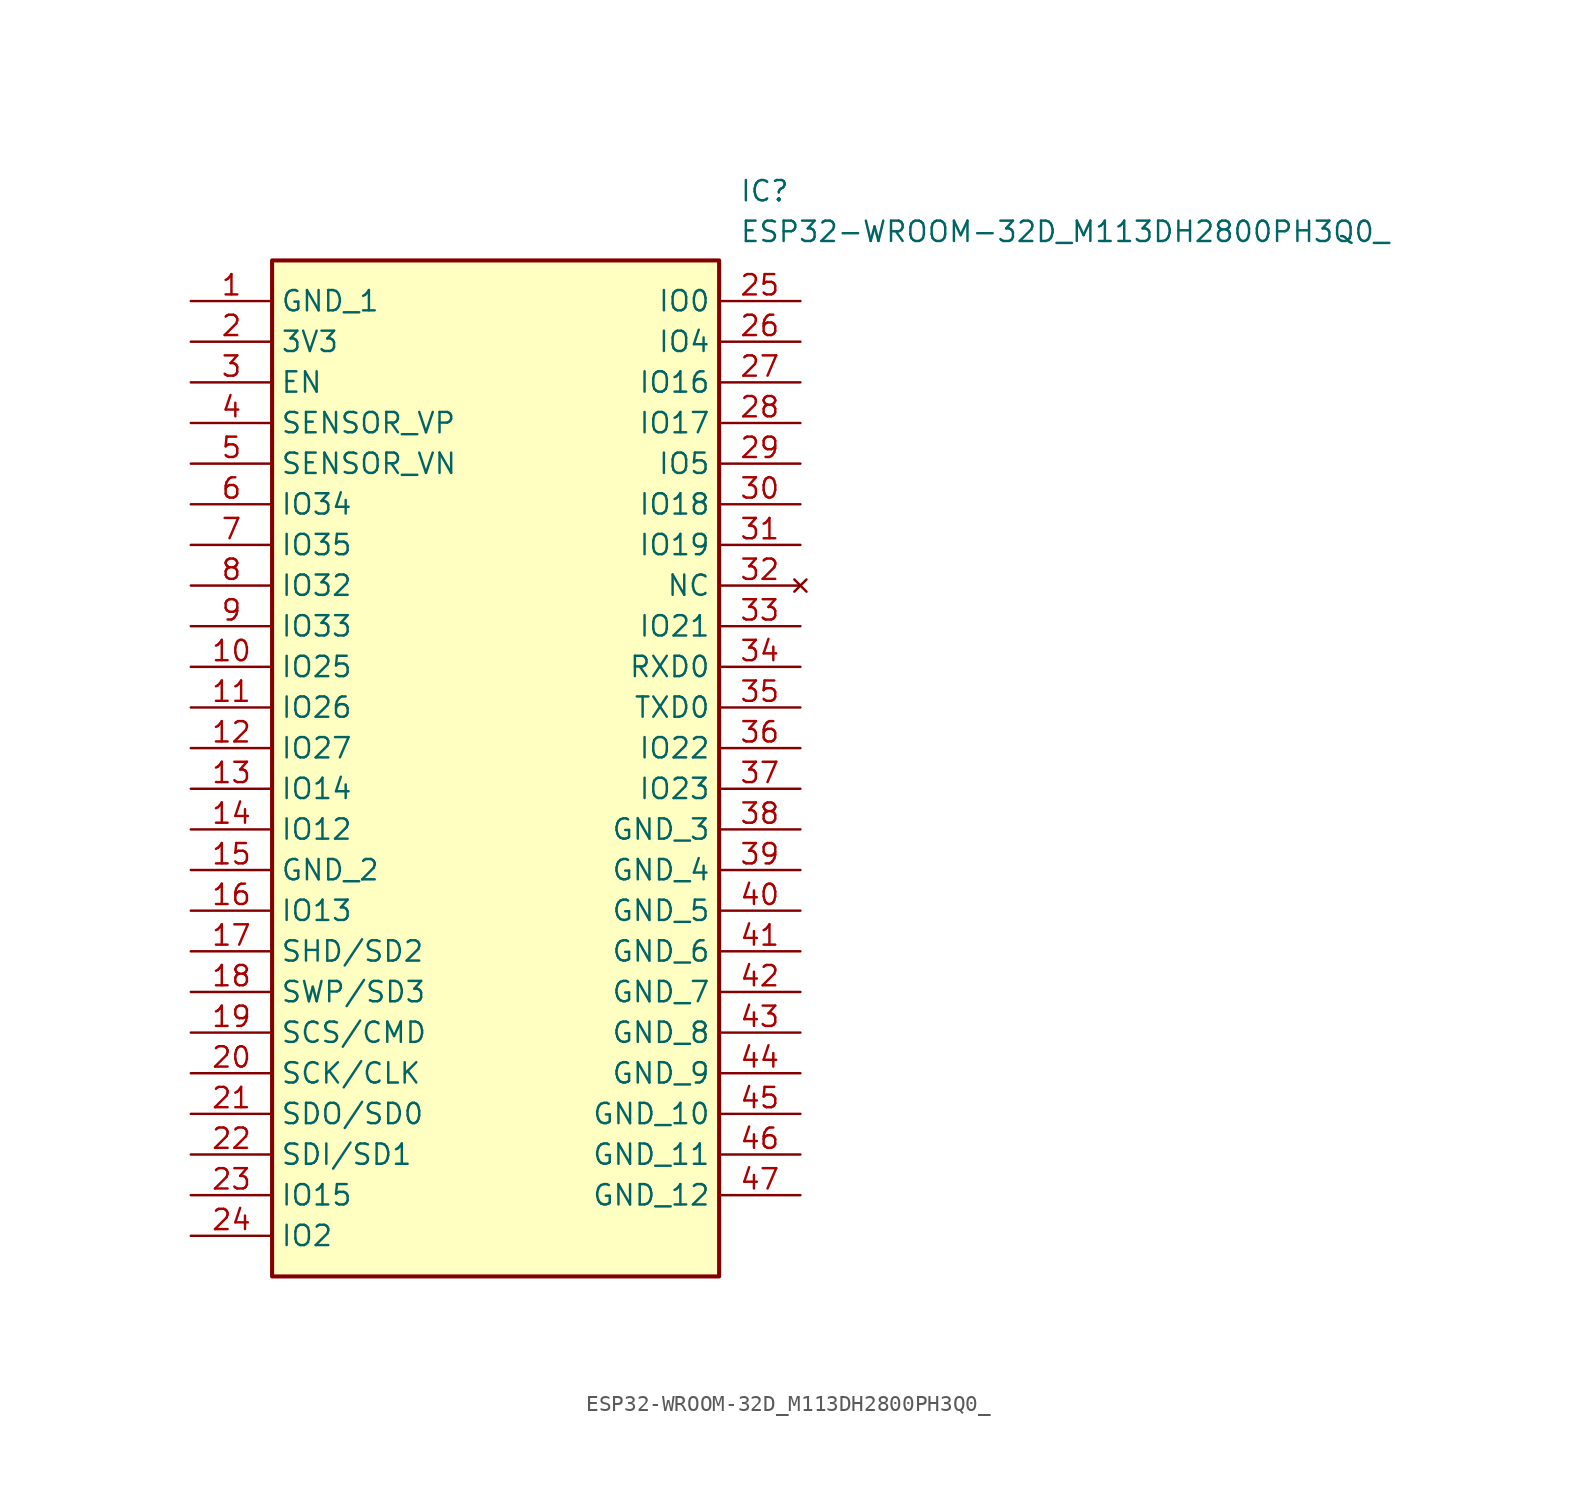
<source format=kicad_sym>
(kicad_symbol_lib
  (version 20211014)
  (generator SamacSys_ECAD_Model)
  (symbol "ESP32-WROOM-32D_M113DH2800PH3Q0_"
    (property "Reference" "IC"
      (at 34.29 7.62 0)
      (effects (font (size 1.27 1.27)) (justify left top)))
    (property "Value" "ESP32-WROOM-32D_M113DH2800PH3Q0_"
      (at 34.29 5.08 0)
      (effects (font (size 1.27 1.27)) (justify left top)))
    (rectangle
      (start 5.08 2.54)
      (end 33.02 -60.96)
      (stroke (width 0.254) (type default))
      (fill (type background)))
    (pin passive line
      (at 0 0 0)
      (length 5.08)
      (name "GND_1" (effects (font (size 1.27 1.27))))
      (number "1" (effects (font (size 1.27 1.27)))))
    (pin passive line
      (at 0 -2.54 0)
      (length 5.08)
      (name "3V3" (effects (font (size 1.27 1.27))))
      (number "2" (effects (font (size 1.27 1.27)))))
    (pin passive line
      (at 0 -5.08 0)
      (length 5.08)
      (name "EN" (effects (font (size 1.27 1.27))))
      (number "3" (effects (font (size 1.27 1.27)))))
    (pin passive line
      (at 0 -7.62 0)
      (length 5.08)
      (name "SENSOR_VP" (effects (font (size 1.27 1.27))))
      (number "4" (effects (font (size 1.27 1.27)))))
    (pin passive line
      (at 0 -10.16 0)
      (length 5.08)
      (name "SENSOR_VN" (effects (font (size 1.27 1.27))))
      (number "5" (effects (font (size 1.27 1.27)))))
    (pin passive line
      (at 0 -12.7 0)
      (length 5.08)
      (name "IO34" (effects (font (size 1.27 1.27))))
      (number "6" (effects (font (size 1.27 1.27)))))
    (pin passive line
      (at 0 -15.24 0)
      (length 5.08)
      (name "IO35" (effects (font (size 1.27 1.27))))
      (number "7" (effects (font (size 1.27 1.27)))))
    (pin passive line
      (at 0 -17.78 0)
      (length 5.08)
      (name "IO32" (effects (font (size 1.27 1.27))))
      (number "8" (effects (font (size 1.27 1.27)))))
    (pin passive line
      (at 0 -20.32 0)
      (length 5.08)
      (name "IO33" (effects (font (size 1.27 1.27))))
      (number "9" (effects (font (size 1.27 1.27)))))
    (pin passive line
      (at 0 -22.86 0)
      (length 5.08)
      (name "IO25" (effects (font (size 1.27 1.27))))
      (number "10" (effects (font (size 1.27 1.27)))))
    (pin passive line
      (at 0 -25.4 0)
      (length 5.08)
      (name "IO26" (effects (font (size 1.27 1.27))))
      (number "11" (effects (font (size 1.27 1.27)))))
    (pin passive line
      (at 0 -27.94 0)
      (length 5.08)
      (name "IO27" (effects (font (size 1.27 1.27))))
      (number "12" (effects (font (size 1.27 1.27)))))
    (pin passive line
      (at 0 -30.48 0)
      (length 5.08)
      (name "IO14" (effects (font (size 1.27 1.27))))
      (number "13" (effects (font (size 1.27 1.27)))))
    (pin passive line
      (at 0 -33.02 0)
      (length 5.08)
      (name "IO12" (effects (font (size 1.27 1.27))))
      (number "14" (effects (font (size 1.27 1.27)))))
    (pin passive line
      (at 0 -35.56 0)
      (length 5.08)
      (name "GND_2" (effects (font (size 1.27 1.27))))
      (number "15" (effects (font (size 1.27 1.27)))))
    (pin passive line
      (at 0 -38.1 0)
      (length 5.08)
      (name "IO13" (effects (font (size 1.27 1.27))))
      (number "16" (effects (font (size 1.27 1.27)))))
    (pin passive line
      (at 0 -40.64 0)
      (length 5.08)
      (name "SHD/SD2" (effects (font (size 1.27 1.27))))
      (number "17" (effects (font (size 1.27 1.27)))))
    (pin passive line
      (at 0 -43.18 0)
      (length 5.08)
      (name "SWP/SD3" (effects (font (size 1.27 1.27))))
      (number "18" (effects (font (size 1.27 1.27)))))
    (pin passive line
      (at 0 -45.72 0)
      (length 5.08)
      (name "SCS/CMD" (effects (font (size 1.27 1.27))))
      (number "19" (effects (font (size 1.27 1.27)))))
    (pin passive line
      (at 0 -48.26 0)
      (length 5.08)
      (name "SCK/CLK" (effects (font (size 1.27 1.27))))
      (number "20" (effects (font (size 1.27 1.27)))))
    (pin passive line
      (at 0 -50.8 0)
      (length 5.08)
      (name "SDO/SD0" (effects (font (size 1.27 1.27))))
      (number "21" (effects (font (size 1.27 1.27)))))
    (pin passive line
      (at 0 -53.34 0)
      (length 5.08)
      (name "SDI/SD1" (effects (font (size 1.27 1.27))))
      (number "22" (effects (font (size 1.27 1.27)))))
    (pin passive line
      (at 0 -55.88 0)
      (length 5.08)
      (name "IO15" (effects (font (size 1.27 1.27))))
      (number "23" (effects (font (size 1.27 1.27)))))
    (pin passive line
      (at 0 -58.42 0)
      (length 5.08)
      (name "IO2" (effects (font (size 1.27 1.27))))
      (number "24" (effects (font (size 1.27 1.27)))))
    (pin passive line
      (at 38.1 0 180)
      (length 5.08)
      (name "IO0" (effects (font (size 1.27 1.27))))
      (number "25" (effects (font (size 1.27 1.27)))))
    (pin passive line
      (at 38.1 -2.54 180)
      (length 5.08)
      (name "IO4" (effects (font (size 1.27 1.27))))
      (number "26" (effects (font (size 1.27 1.27)))))
    (pin passive line
      (at 38.1 -5.08 180)
      (length 5.08)
      (name "IO16" (effects (font (size 1.27 1.27))))
      (number "27" (effects (font (size 1.27 1.27)))))
    (pin passive line
      (at 38.1 -7.62 180)
      (length 5.08)
      (name "IO17" (effects (font (size 1.27 1.27))))
      (number "28" (effects (font (size 1.27 1.27)))))
    (pin passive line
      (at 38.1 -10.16 180)
      (length 5.08)
      (name "IO5" (effects (font (size 1.27 1.27))))
      (number "29" (effects (font (size 1.27 1.27)))))
    (pin passive line
      (at 38.1 -12.7 180)
      (length 5.08)
      (name "IO18" (effects (font (size 1.27 1.27))))
      (number "30" (effects (font (size 1.27 1.27)))))
    (pin passive line
      (at 38.1 -15.24 180)
      (length 5.08)
      (name "IO19" (effects (font (size 1.27 1.27))))
      (number "31" (effects (font (size 1.27 1.27)))))
    (pin no_connect line
      (at 38.1 -17.78 180)
      (length 5.08)
      (name "NC" (effects (font (size 1.27 1.27))))
      (number "32" (effects (font (size 1.27 1.27)))))
    (pin passive line
      (at 38.1 -20.32 180)
      (length 5.08)
      (name "IO21" (effects (font (size 1.27 1.27))))
      (number "33" (effects (font (size 1.27 1.27)))))
    (pin passive line
      (at 38.1 -22.86 180)
      (length 5.08)
      (name "RXD0" (effects (font (size 1.27 1.27))))
      (number "34" (effects (font (size 1.27 1.27)))))
    (pin passive line
      (at 38.1 -25.4 180)
      (length 5.08)
      (name "TXD0" (effects (font (size 1.27 1.27))))
      (number "35" (effects (font (size 1.27 1.27)))))
    (pin passive line
      (at 38.1 -27.94 180)
      (length 5.08)
      (name "IO22" (effects (font (size 1.27 1.27))))
      (number "36" (effects (font (size 1.27 1.27)))))
    (pin passive line
      (at 38.1 -30.48 180)
      (length 5.08)
      (name "IO23" (effects (font (size 1.27 1.27))))
      (number "37" (effects (font (size 1.27 1.27)))))
    (pin passive line
      (at 38.1 -33.02 180)
      (length 5.08)
      (name "GND_3" (effects (font (size 1.27 1.27))))
      (number "38" (effects (font (size 1.27 1.27)))))
    (pin passive line
      (at 38.1 -35.56 180)
      (length 5.08)
      (name "GND_4" (effects (font (size 1.27 1.27))))
      (number "39" (effects (font (size 1.27 1.27)))))
    (pin passive line
      (at 38.1 -38.1 180)
      (length 5.08)
      (name "GND_5" (effects (font (size 1.27 1.27))))
      (number "40" (effects (font (size 1.27 1.27)))))
    (pin passive line
      (at 38.1 -40.64 180)
      (length 5.08)
      (name "GND_6" (effects (font (size 1.27 1.27))))
      (number "41" (effects (font (size 1.27 1.27)))))
    (pin passive line
      (at 38.1 -43.18 180)
      (length 5.08)
      (name "GND_7" (effects (font (size 1.27 1.27))))
      (number "42" (effects (font (size 1.27 1.27)))))
    (pin passive line
      (at 38.1 -45.72 180)
      (length 5.08)
      (name "GND_8" (effects (font (size 1.27 1.27))))
      (number "43" (effects (font (size 1.27 1.27)))))
    (pin passive line
      (at 38.1 -48.26 180)
      (length 5.08)
      (name "GND_9" (effects (font (size 1.27 1.27))))
      (number "44" (effects (font (size 1.27 1.27)))))
    (pin passive line
      (at 38.1 -50.8 180)
      (length 5.08)
      (name "GND_10" (effects (font (size 1.27 1.27))))
      (number "45" (effects (font (size 1.27 1.27)))))
    (pin passive line
      (at 38.1 -53.34 180)
      (length 5.08)
      (name "GND_11" (effects (font (size 1.27 1.27))))
      (number "46" (effects (font (size 1.27 1.27)))))
    (pin passive line
      (at 38.1 -55.88 180)
      (length 5.08)
      (name "GND_12" (effects (font (size 1.27 1.27))))
      (number "47" (effects (font (size 1.27 1.27)))))))
</source>
